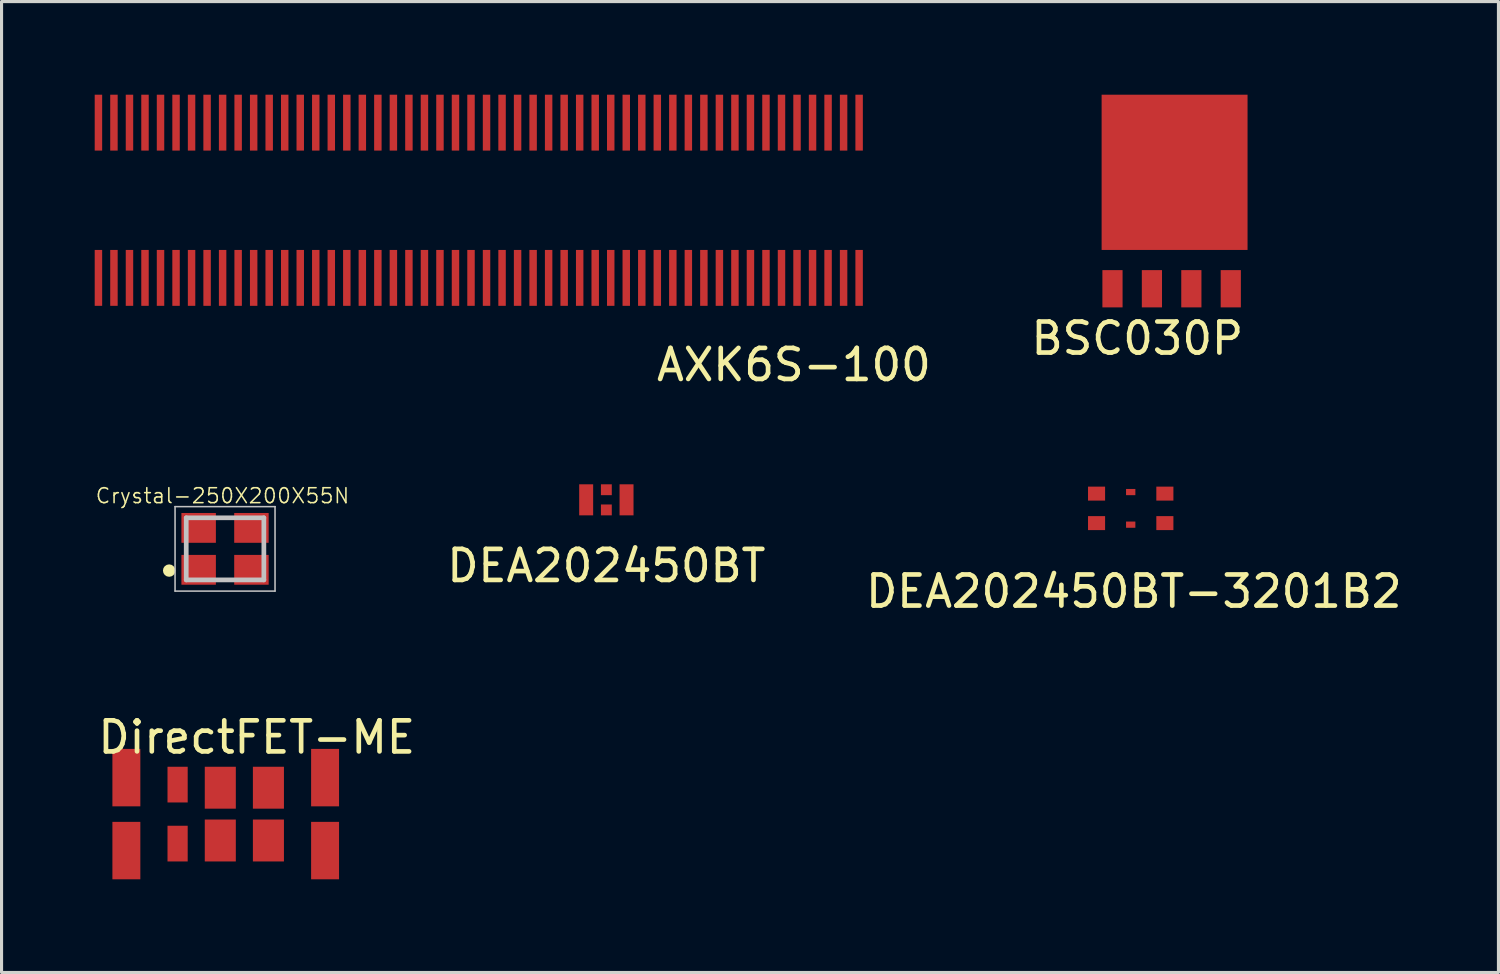
<source format=kicad_pcb>
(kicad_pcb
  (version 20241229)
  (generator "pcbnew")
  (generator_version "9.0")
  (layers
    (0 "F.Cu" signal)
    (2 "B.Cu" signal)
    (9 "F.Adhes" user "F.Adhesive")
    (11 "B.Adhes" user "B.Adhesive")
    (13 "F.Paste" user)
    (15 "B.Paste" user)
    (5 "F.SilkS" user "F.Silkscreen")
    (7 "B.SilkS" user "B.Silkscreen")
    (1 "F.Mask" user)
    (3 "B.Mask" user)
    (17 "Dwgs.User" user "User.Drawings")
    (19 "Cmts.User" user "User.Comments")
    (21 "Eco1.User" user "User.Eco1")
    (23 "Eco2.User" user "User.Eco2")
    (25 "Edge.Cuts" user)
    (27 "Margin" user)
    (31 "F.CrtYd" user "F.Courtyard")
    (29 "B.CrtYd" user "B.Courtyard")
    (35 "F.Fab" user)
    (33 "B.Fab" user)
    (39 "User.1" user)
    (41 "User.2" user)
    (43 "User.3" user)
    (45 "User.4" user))
  (footprint "BSC030P"
    (layer "F.Cu")
    (at 32.78 6.25)
    (property "Reference" "BSC030P" (at 0.8 1.6 0) (layer "F.SilkS") (effects (font (size 1 1) (thickness 0.15))))
    (attr through_hole)
    (pad "1" smd rect (at 2 -3.75) (size 4.7 5) (layers "F.Cu" "F.Mask" "F.Paste"))
    (pad "2" smd rect (at 3.81 0) (size 0.65 1.2) (layers "F.Cu" "F.Mask" "F.Paste"))
    (pad "3" smd rect (at 0 0) (size 0.65 1.2) (layers "F.Cu" "F.Mask" "F.Paste"))
    (pad "3" smd rect (at 1.27 0) (size 0.65 1.2) (layers "F.Cu" "F.Mask" "F.Paste"))
    (pad "3" smd rect (at 2.54 0) (size 0.65 1.2) (layers "F.Cu" "F.Mask" "F.Paste")))
  (footprint "Crystal-250X200X55N"
    (layer "F.Cu")
    (at 4.198 14.627)
    (property "Reference" "Crystal-250X200X55N" (at -0.081 -1.709 0) (layer "F.SilkS") (effects (font (size 0.481 0.481) (thickness 0.05))))
    (attr smd)
    (fp_circle (center -1.8 0.7) (end -1.7 0.7) (stroke (width 0.2) (type solid)) (fill no) (layer "F.SilkS"))
    (fp_line (start -1.61 -1.36) (end 1.61 -1.36) (stroke (width 0.05) (type solid)) (layer "Dwgs.User"))
    (fp_line (start -1.61 1.36) (end -1.61 -1.36) (stroke (width 0.05) (type solid)) (layer "Dwgs.User"))
    (fp_line (start -1.25 -1) (end 1.25 -1) (stroke (width 0.152) (type solid)) (layer "Dwgs.User"))
    (fp_line (start -1.25 1) (end -1.25 -1) (stroke (width 0.152) (type solid)) (layer "Dwgs.User"))
    (fp_line (start 1.25 -1) (end 1.25 1) (stroke (width 0.152) (type solid)) (layer "Dwgs.User"))
    (fp_line (start 1.25 1) (end -1.25 1) (stroke (width 0.152) (type solid)) (layer "Dwgs.User"))
    (fp_line (start 1.61 -1.36) (end 1.61 1.36) (stroke (width 0.05) (type solid)) (layer "Dwgs.User"))
    (fp_line (start 1.61 1.36) (end -1.61 1.36) (stroke (width 0.05) (type solid)) (layer "Dwgs.User"))
    (pad "1" smd rect (at -0.85 0.675) (size 1.11 0.96) (layers "F.Cu" "F.Mask" "F.Paste"))
    (pad "2" smd rect (at 0.85 0.675) (size 1.11 0.96) (layers "F.Cu" "F.Mask" "F.Paste"))
    (pad "3" smd rect (at -0.85 -0.675) (size 1.11 0.96) (layers "F.Cu" "F.Mask" "F.Paste"))
    (pad "4" smd rect (at 0.85 -0.675) (size 1.11 0.96) (layers "F.Cu" "F.Mask" "F.Paste")))
  (footprint "AXK6S-100"
    (layer "F.Cu")
    (at 24.62 5.9)
    (property "Reference" "AXK6S-100" (at -2.1 2.8 0) (layer "F.SilkS") (effects (font (size 1 1) (thickness 0.15))))
    (attr through_hole)
    (pad "1" smd rect (at 0 0) (size 0.24 1.8) (layers "F.Cu" "F.Mask" "F.Paste"))
    (pad "2" smd rect (at 0 -5) (size 0.24 1.8) (layers "F.Cu" "F.Mask" "F.Paste"))
    (pad "3" smd rect (at -0.5 0) (size 0.24 1.8) (layers "F.Cu" "F.Mask" "F.Paste"))
    (pad "4" smd rect (at -0.5 -5) (size 0.24 1.8) (layers "F.Cu" "F.Mask" "F.Paste"))
    (pad "5" smd rect (at -1 0) (size 0.24 1.8) (layers "F.Cu" "F.Mask" "F.Paste"))
    (pad "6" smd rect (at -1 -5) (size 0.24 1.8) (layers "F.Cu" "F.Mask" "F.Paste"))
    (pad "7" smd rect (at -1.5 0) (size 0.24 1.8) (layers "F.Cu" "F.Mask" "F.Paste"))
    (pad "8" smd rect (at -1.5 -5) (size 0.24 1.8) (layers "F.Cu" "F.Mask" "F.Paste"))
    (pad "9" smd rect (at -2 0) (size 0.24 1.8) (layers "F.Cu" "F.Mask" "F.Paste"))
    (pad "10" smd rect (at -2 -5) (size 0.24 1.8) (layers "F.Cu" "F.Mask" "F.Paste"))
    (pad "11" smd rect (at -2.5 0) (size 0.24 1.8) (layers "F.Cu" "F.Mask" "F.Paste"))
    (pad "12" smd rect (at -2.5 -5) (size 0.24 1.8) (layers "F.Cu" "F.Mask" "F.Paste"))
    (pad "13" smd rect (at -3 0) (size 0.24 1.8) (layers "F.Cu" "F.Mask" "F.Paste"))
    (pad "14" smd rect (at -3 -5) (size 0.24 1.8) (layers "F.Cu" "F.Mask" "F.Paste"))
    (pad "15" smd rect (at -3.5 0) (size 0.24 1.8) (layers "F.Cu" "F.Mask" "F.Paste"))
    (pad "16" smd rect (at -3.5 -5) (size 0.24 1.8) (layers "F.Cu" "F.Mask" "F.Paste"))
    (pad "17" smd rect (at -4 0) (size 0.24 1.8) (layers "F.Cu" "F.Mask" "F.Paste"))
    (pad "18" smd rect (at -4 -5) (size 0.24 1.8) (layers "F.Cu" "F.Mask" "F.Paste"))
    (pad "19" smd rect (at -4.5 0) (size 0.24 1.8) (layers "F.Cu" "F.Mask" "F.Paste"))
    (pad "20" smd rect (at -4.5 -5) (size 0.24 1.8) (layers "F.Cu" "F.Mask" "F.Paste"))
    (pad "21" smd rect (at -5 0) (size 0.24 1.8) (layers "F.Cu" "F.Mask" "F.Paste"))
    (pad "22" smd rect (at -5 -5) (size 0.24 1.8) (layers "F.Cu" "F.Mask" "F.Paste"))
    (pad "23" smd rect (at -5.5 0) (size 0.24 1.8) (layers "F.Cu" "F.Mask" "F.Paste"))
    (pad "24" smd rect (at -5.5 -5) (size 0.24 1.8) (layers "F.Cu" "F.Mask" "F.Paste"))
    (pad "25" smd rect (at -6 0) (size 0.24 1.8) (layers "F.Cu" "F.Mask" "F.Paste"))
    (pad "26" smd rect (at -6 -5) (size 0.24 1.8) (layers "F.Cu" "F.Mask" "F.Paste"))
    (pad "27" smd rect (at -6.5 0) (size 0.24 1.8) (layers "F.Cu" "F.Mask" "F.Paste"))
    (pad "28" smd rect (at -6.5 -5) (size 0.24 1.8) (layers "F.Cu" "F.Mask" "F.Paste"))
    (pad "29" smd rect (at -7 0) (size 0.24 1.8) (layers "F.Cu" "F.Mask" "F.Paste"))
    (pad "30" smd rect (at -7 -5) (size 0.24 1.8) (layers "F.Cu" "F.Mask" "F.Paste"))
    (pad "31" smd rect (at -7.5 0) (size 0.24 1.8) (layers "F.Cu" "F.Mask" "F.Paste"))
    (pad "32" smd rect (at -7.5 -5) (size 0.24 1.8) (layers "F.Cu" "F.Mask" "F.Paste"))
    (pad "33" smd rect (at -8 0) (size 0.24 1.8) (layers "F.Cu" "F.Mask" "F.Paste"))
    (pad "34" smd rect (at -8 -5) (size 0.24 1.8) (layers "F.Cu" "F.Mask" "F.Paste"))
    (pad "35" smd rect (at -8.5 0) (size 0.24 1.8) (layers "F.Cu" "F.Mask" "F.Paste"))
    (pad "36" smd rect (at -8.5 -5) (size 0.24 1.8) (layers "F.Cu" "F.Mask" "F.Paste"))
    (pad "37" smd rect (at -9 0) (size 0.24 1.8) (layers "F.Cu" "F.Mask" "F.Paste"))
    (pad "38" smd rect (at -9 -5) (size 0.24 1.8) (layers "F.Cu" "F.Mask" "F.Paste"))
    (pad "39" smd rect (at -9.5 0) (size 0.24 1.8) (layers "F.Cu" "F.Mask" "F.Paste"))
    (pad "40" smd rect (at -9.5 -5) (size 0.24 1.8) (layers "F.Cu" "F.Mask" "F.Paste"))
    (pad "41" smd rect (at -10 0) (size 0.24 1.8) (layers "F.Cu" "F.Mask" "F.Paste"))
    (pad "42" smd rect (at -10 -5) (size 0.24 1.8) (layers "F.Cu" "F.Mask" "F.Paste"))
    (pad "43" smd rect (at -10.5 0) (size 0.24 1.8) (layers "F.Cu" "F.Mask" "F.Paste"))
    (pad "44" smd rect (at -10.5 -5) (size 0.24 1.8) (layers "F.Cu" "F.Mask" "F.Paste"))
    (pad "45" smd rect (at -11 0) (size 0.24 1.8) (layers "F.Cu" "F.Mask" "F.Paste"))
    (pad "46" smd rect (at -11 -5) (size 0.24 1.8) (layers "F.Cu" "F.Mask" "F.Paste"))
    (pad "47" smd rect (at -11.5 0) (size 0.24 1.8) (layers "F.Cu" "F.Mask" "F.Paste"))
    (pad "48" smd rect (at -11.5 -5) (size 0.24 1.8) (layers "F.Cu" "F.Mask" "F.Paste"))
    (pad "49" smd rect (at -12 0) (size 0.24 1.8) (layers "F.Cu" "F.Mask" "F.Paste"))
    (pad "50" smd rect (at -12 -5) (size 0.24 1.8) (layers "F.Cu" "F.Mask" "F.Paste"))
    (pad "51" smd rect (at -12.5 0) (size 0.24 1.8) (layers "F.Cu" "F.Mask" "F.Paste"))
    (pad "52" smd rect (at -12.5 -5) (size 0.24 1.8) (layers "F.Cu" "F.Mask" "F.Paste"))
    (pad "53" smd rect (at -13 0) (size 0.24 1.8) (layers "F.Cu" "F.Mask" "F.Paste"))
    (pad "54" smd rect (at -13 -5) (size 0.24 1.8) (layers "F.Cu" "F.Mask" "F.Paste"))
    (pad "55" smd rect (at -13.5 0) (size 0.24 1.8) (layers "F.Cu" "F.Mask" "F.Paste"))
    (pad "56" smd rect (at -13.5 -5) (size 0.24 1.8) (layers "F.Cu" "F.Mask" "F.Paste"))
    (pad "57" smd rect (at -14 0) (size 0.24 1.8) (layers "F.Cu" "F.Mask" "F.Paste"))
    (pad "58" smd rect (at -14 -5) (size 0.24 1.8) (layers "F.Cu" "F.Mask" "F.Paste"))
    (pad "59" smd rect (at -14.5 0) (size 0.24 1.8) (layers "F.Cu" "F.Mask" "F.Paste"))
    (pad "60" smd rect (at -14.5 -5) (size 0.24 1.8) (layers "F.Cu" "F.Mask" "F.Paste"))
    (pad "61" smd rect (at -15 0) (size 0.24 1.8) (layers "F.Cu" "F.Mask" "F.Paste"))
    (pad "62" smd rect (at -15 -5) (size 0.24 1.8) (layers "F.Cu" "F.Mask" "F.Paste"))
    (pad "63" smd rect (at -15.5 0) (size 0.24 1.8) (layers "F.Cu" "F.Mask" "F.Paste"))
    (pad "64" smd rect (at -15.5 -5) (size 0.24 1.8) (layers "F.Cu" "F.Mask" "F.Paste"))
    (pad "65" smd rect (at -16 0) (size 0.24 1.8) (layers "F.Cu" "F.Mask" "F.Paste"))
    (pad "66" smd rect (at -16 -5) (size 0.24 1.8) (layers "F.Cu" "F.Mask" "F.Paste"))
    (pad "67" smd rect (at -16.5 0) (size 0.24 1.8) (layers "F.Cu" "F.Mask" "F.Paste"))
    (pad "68" smd rect (at -16.5 -5) (size 0.24 1.8) (layers "F.Cu" "F.Mask" "F.Paste"))
    (pad "69" smd rect (at -17 0) (size 0.24 1.8) (layers "F.Cu" "F.Mask" "F.Paste"))
    (pad "70" smd rect (at -17 -5) (size 0.24 1.8) (layers "F.Cu" "F.Mask" "F.Paste"))
    (pad "71" smd rect (at -17.5 0) (size 0.24 1.8) (layers "F.Cu" "F.Mask" "F.Paste"))
    (pad "72" smd rect (at -17.5 -5) (size 0.24 1.8) (layers "F.Cu" "F.Mask" "F.Paste"))
    (pad "73" smd rect (at -18 0) (size 0.24 1.8) (layers "F.Cu" "F.Mask" "F.Paste"))
    (pad "74" smd rect (at -18 -5) (size 0.24 1.8) (layers "F.Cu" "F.Mask" "F.Paste"))
    (pad "75" smd rect (at -18.5 0) (size 0.24 1.8) (layers "F.Cu" "F.Mask" "F.Paste"))
    (pad "76" smd rect (at -18.5 -5) (size 0.24 1.8) (layers "F.Cu" "F.Mask" "F.Paste"))
    (pad "77" smd rect (at -19 0) (size 0.24 1.8) (layers "F.Cu" "F.Mask" "F.Paste"))
    (pad "78" smd rect (at -19 -5) (size 0.24 1.8) (layers "F.Cu" "F.Mask" "F.Paste"))
    (pad "79" smd rect (at -19.5 0) (size 0.24 1.8) (layers "F.Cu" "F.Mask" "F.Paste"))
    (pad "80" smd rect (at -19.5 -5) (size 0.24 1.8) (layers "F.Cu" "F.Mask" "F.Paste"))
    (pad "81" smd rect (at -20 0) (size 0.24 1.8) (layers "F.Cu" "F.Mask" "F.Paste"))
    (pad "82" smd rect (at -20 -5) (size 0.24 1.8) (layers "F.Cu" "F.Mask" "F.Paste"))
    (pad "83" smd rect (at -20.5 0) (size 0.24 1.8) (layers "F.Cu" "F.Mask" "F.Paste"))
    (pad "84" smd rect (at -20.5 -5) (size 0.24 1.8) (layers "F.Cu" "F.Mask" "F.Paste"))
    (pad "85" smd rect (at -21 0) (size 0.24 1.8) (layers "F.Cu" "F.Mask" "F.Paste"))
    (pad "86" smd rect (at -21 -5) (size 0.24 1.8) (layers "F.Cu" "F.Mask" "F.Paste"))
    (pad "87" smd rect (at -21.5 0) (size 0.24 1.8) (layers "F.Cu" "F.Mask" "F.Paste"))
    (pad "88" smd rect (at -21.5 -5) (size 0.24 1.8) (layers "F.Cu" "F.Mask" "F.Paste"))
    (pad "89" smd rect (at -22 0) (size 0.24 1.8) (layers "F.Cu" "F.Mask" "F.Paste"))
    (pad "90" smd rect (at -22 -5) (size 0.24 1.8) (layers "F.Cu" "F.Mask" "F.Paste"))
    (pad "91" smd rect (at -22.5 0) (size 0.24 1.8) (layers "F.Cu" "F.Mask" "F.Paste"))
    (pad "92" smd rect (at -22.5 -5) (size 0.24 1.8) (layers "F.Cu" "F.Mask" "F.Paste"))
    (pad "93" smd rect (at -23 0) (size 0.24 1.8) (layers "F.Cu" "F.Mask" "F.Paste"))
    (pad "94" smd rect (at -23 -5) (size 0.24 1.8) (layers "F.Cu" "F.Mask" "F.Paste"))
    (pad "95" smd rect (at -23.5 0) (size 0.24 1.8) (layers "F.Cu" "F.Mask" "F.Paste"))
    (pad "96" smd rect (at -23.5 -5) (size 0.24 1.8) (layers "F.Cu" "F.Mask" "F.Paste"))
    (pad "97" smd rect (at -24 0) (size 0.24 1.8) (layers "F.Cu" "F.Mask" "F.Paste"))
    (pad "98" smd rect (at -24 -5) (size 0.24 1.8) (layers "F.Cu" "F.Mask" "F.Paste"))
    (pad "99" smd rect (at -24.5 0) (size 0.24 1.8) (layers "F.Cu" "F.Mask" "F.Paste"))
    (pad "100" smd rect (at -24.5 -5) (size 0.24 1.8) (layers "F.Cu" "F.Mask" "F.Paste")))
  (footprint "DEA202450BT-3201B2"
    (layer "F.Cu")
    (at 33.367 12.798)
    (property "Reference" "DEA202450BT-3201B2" (at 0.1 3.2 0) (layer "F.SilkS") (effects (font (size 1 1) (thickness 0.15))))
    (attr through_hole)
    (pad "1" smd rect (at -1.1 1) (size 0.55 0.45) (layers "F.Cu" "F.Mask" "F.Paste"))
    (pad "2" smd rect (at 0 1.05) (size 0.3 0.2) (layers "F.Cu" "F.Mask" "F.Paste"))
    (pad "3" smd rect (at 1.1 1) (size 0.55 0.45) (layers "F.Cu" "F.Mask" "F.Paste"))
    (pad "4" smd rect (at 1.1 0.05) (size 0.55 0.45) (layers "F.Cu" "F.Mask" "F.Paste"))
    (pad "5" smd rect (at 0 0) (size 0.3 0.2) (layers "F.Cu" "F.Mask" "F.Paste"))
    (pad "6" smd rect (at -1.1 0.05) (size 0.55 0.45) (layers "F.Cu" "F.Mask" "F.Paste")))
  (footprint "DirectFET-ME"
    (layer "F.Cu")
    (at 1.02 21.995)
    (property "Reference" "DirectFET-ME" (at 4.2 -1.3 0) (layer "F.SilkS") (effects (font (size 1 1) (thickness 0.15))))
    (attr through_hole)
    (pad "1" smd rect (at 0 0) (size 0.9 1.85) (layers "F.Cu" "F.Mask" "F.Paste"))
    (pad "1" smd rect (at 0 2.35) (size 0.9 1.85) (layers "F.Cu" "F.Mask" "F.Paste"))
    (pad "1" smd rect (at 6.4 0) (size 0.9 1.85) (layers "F.Cu" "F.Mask" "F.Paste"))
    (pad "1" smd rect (at 6.4 2.35) (size 0.9 1.85) (layers "F.Cu" "F.Mask" "F.Paste"))
    (pad "2" smd rect (at 1.65 0.225) (size 0.65 1.15) (layers "F.Cu" "F.Mask" "F.Paste"))
    (pad "3" smd rect (at 1.65 2.125) (size 0.65 1.15) (layers "F.Cu" "F.Mask" "F.Paste"))
    (pad "3" smd rect (at 3.025 0.325) (size 1 1.35) (layers "F.Cu" "F.Mask" "F.Paste"))
    (pad "3" smd rect (at 3.025 2.025) (size 1 1.35) (layers "F.Cu" "F.Mask" "F.Paste"))
    (pad "3" smd rect (at 4.575 0.325) (size 1 1.35) (layers "F.Cu" "F.Mask" "F.Paste"))
    (pad "3" smd rect (at 4.575 2.025) (size 1 1.35) (layers "F.Cu" "F.Mask" "F.Paste")))
  (footprint "DEA202450BT"
    (layer "F.Cu")
    (at 16.479 13.373)
    (property "Reference" "DEA202450BT" (at 0 1.8 0) (layer "F.SilkS") (effects (font (size 1 1) (thickness 0.15))))
    (attr through_hole)
    (pad "1" smd rect (at 0 0) (size 0.35 0.35) (layers "F.Cu" "F.Mask" "F.Paste"))
    (pad "2" smd rect (at 0 -0.65) (size 0.35 0.35) (layers "F.Cu" "F.Mask" "F.Paste"))
    (pad "3" smd rect (at -0.65 -0.325) (size 0.45 1) (layers "F.Cu" "F.Mask" "F.Paste"))
    (pad "4" smd rect (at 0.65 -0.325) (size 0.45 1) (layers "F.Cu" "F.Mask" "F.Paste")))
  (gr_rect
    (start -3 -3)
    (end 45.211 28.27)
    (stroke (width 0.1) (type default))
    (fill no)
    (layer "Edge.Cuts")))
</source>
